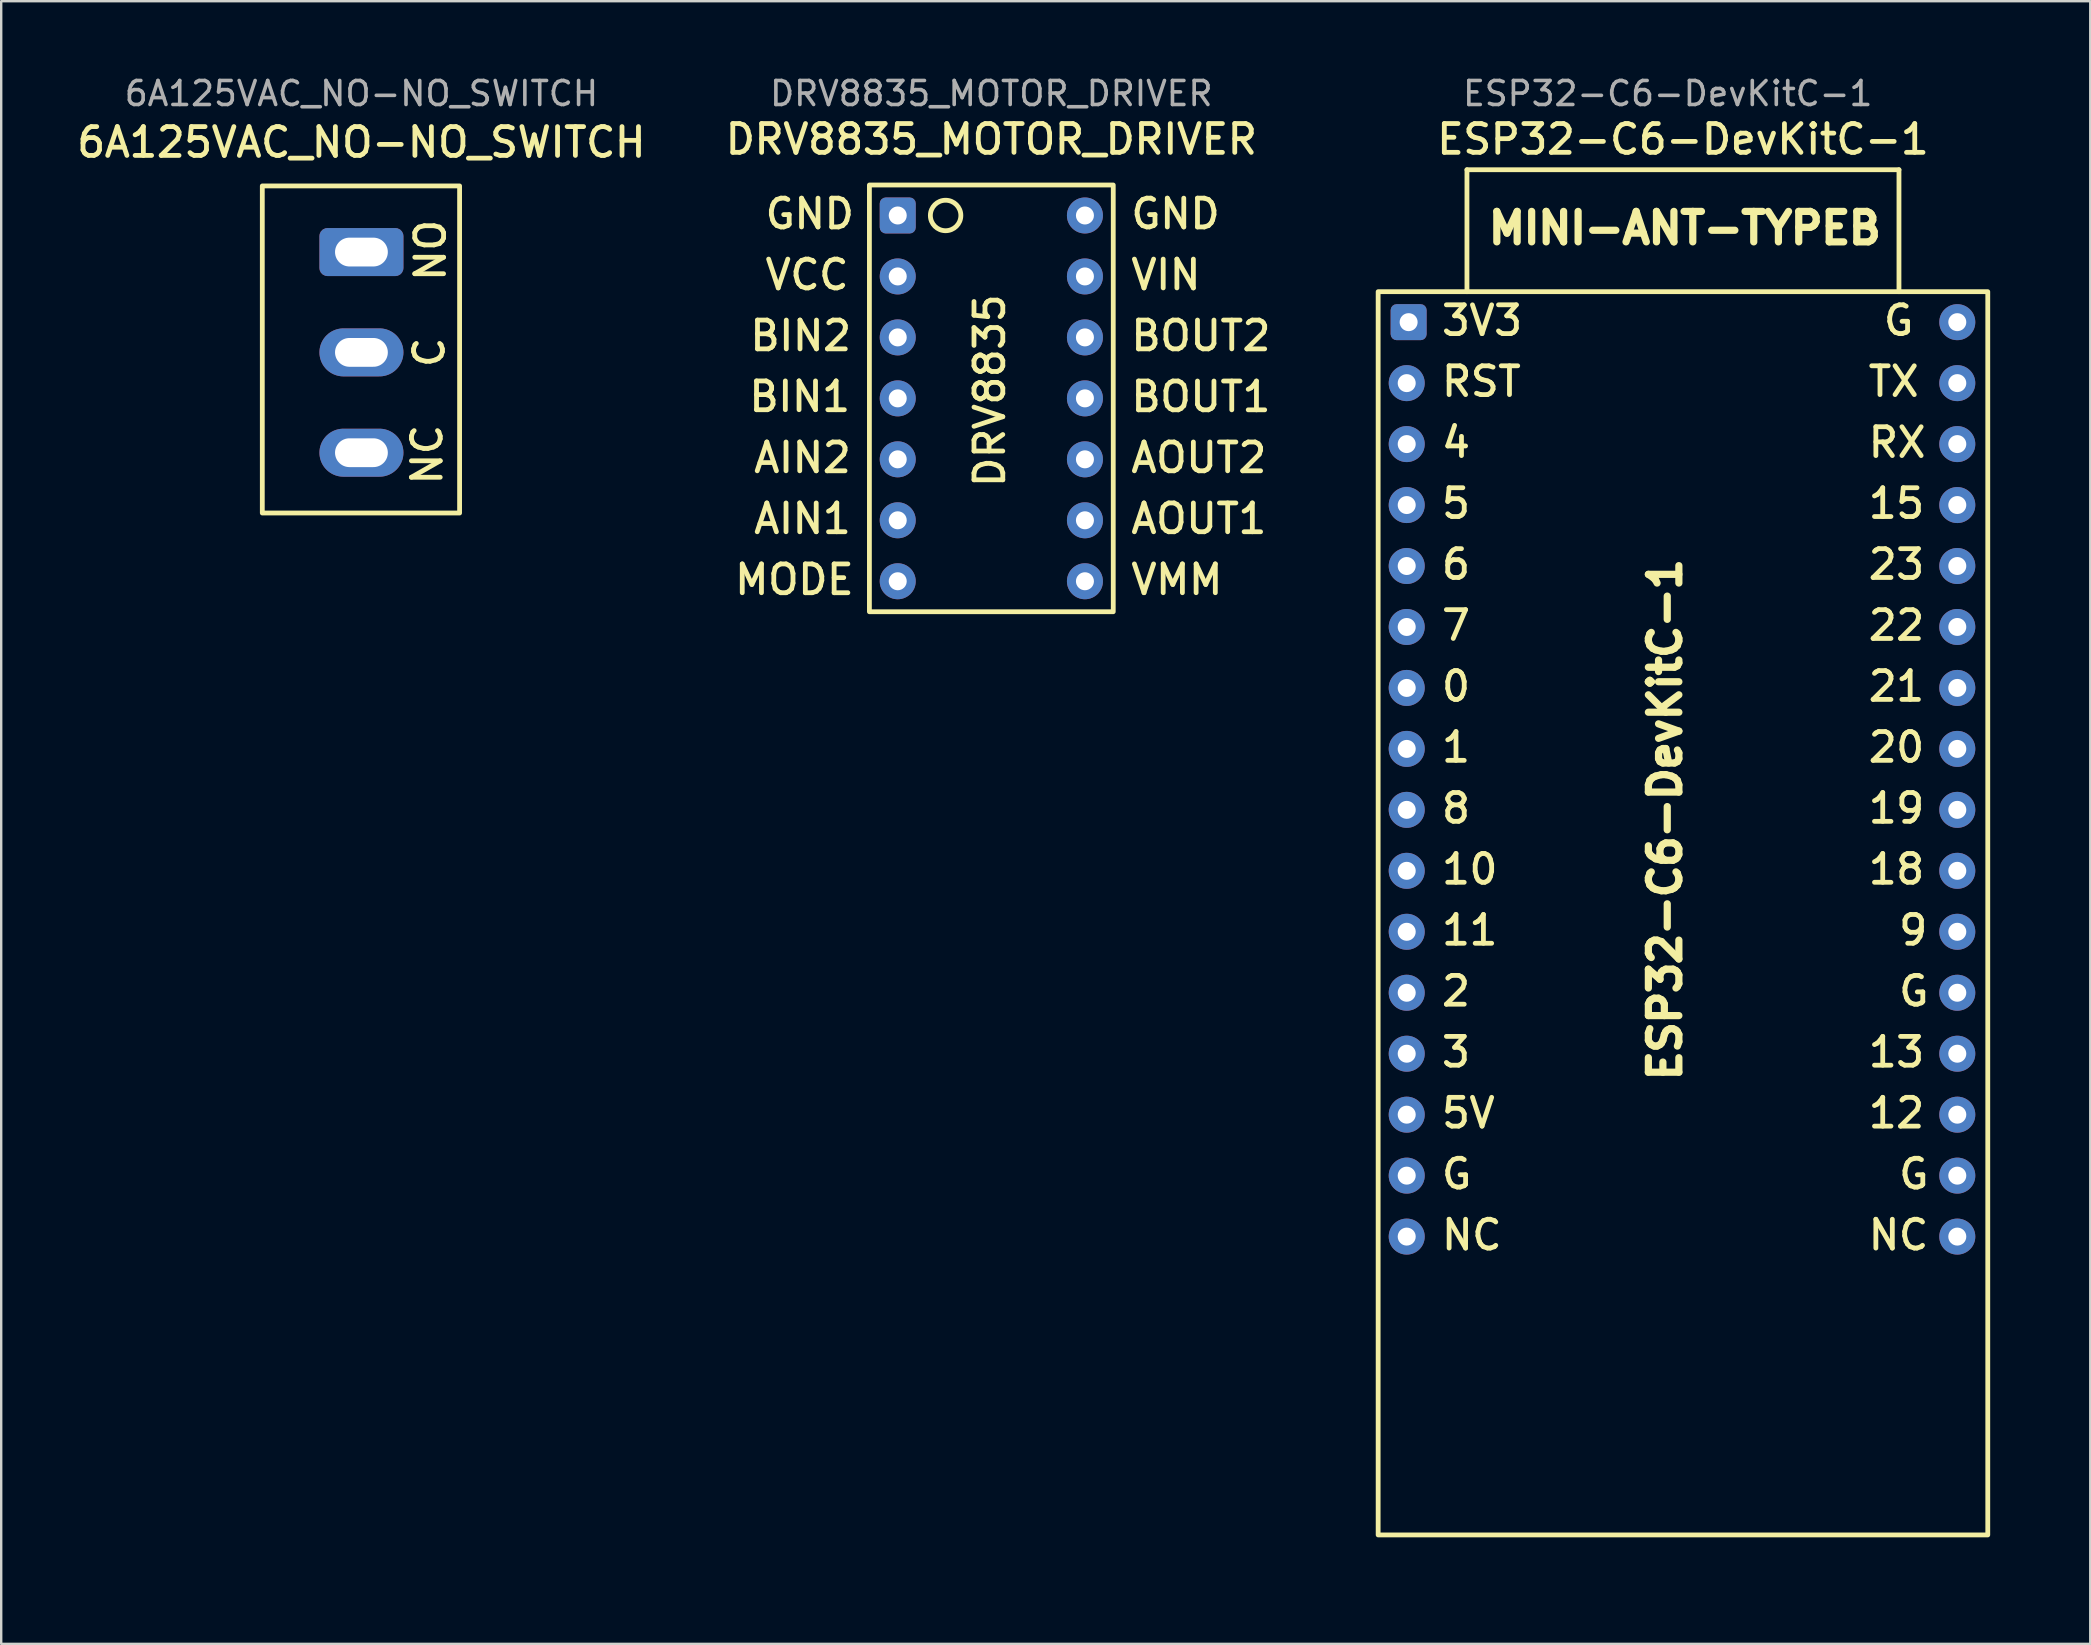
<source format=kicad_pcb>
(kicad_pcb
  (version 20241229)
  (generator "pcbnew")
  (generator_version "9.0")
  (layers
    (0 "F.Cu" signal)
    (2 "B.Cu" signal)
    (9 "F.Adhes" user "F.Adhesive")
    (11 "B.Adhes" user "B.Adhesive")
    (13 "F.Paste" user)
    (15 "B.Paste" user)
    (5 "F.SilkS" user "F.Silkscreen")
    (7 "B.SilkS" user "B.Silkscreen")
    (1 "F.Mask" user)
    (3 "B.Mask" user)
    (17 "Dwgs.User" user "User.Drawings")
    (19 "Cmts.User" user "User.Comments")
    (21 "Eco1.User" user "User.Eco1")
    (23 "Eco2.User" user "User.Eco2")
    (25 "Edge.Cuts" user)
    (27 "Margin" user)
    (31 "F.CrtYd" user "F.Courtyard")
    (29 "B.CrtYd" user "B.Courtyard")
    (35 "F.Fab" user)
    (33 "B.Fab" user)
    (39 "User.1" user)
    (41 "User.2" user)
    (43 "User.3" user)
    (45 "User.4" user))
  (footprint "6A125VAC_NO-NO_SWITCH"
    (layer "F.Cu")
    (at 12.009 7.452)
    (property "Reference" "6A125VAC_NO-NO_SWITCH" (at 0 -4.572 0) (unlocked yes) (layer "F.SilkS") (effects (font (size 1.2 1.2) (thickness 0.2) (bold yes))))
    (attr through_hole)
    (fp_rect (start -4.13 -2.755) (end 4.09 10.873) (stroke (width 0.2) (type default)) (fill no) (layer "F.SilkS"))
    (fp_text user "NO" (at 3.58 1.32 90) (unlocked yes) (layer "F.SilkS") (effects (font (size 1.2 1.2) (thickness 0.2) (bold yes)) (justify left bottom)))
    (fp_text user "NC" (at 3.44 9.8 90) (unlocked yes) (layer "F.SilkS") (effects (font (size 1.2 1.2) (thickness 0.2) (bold yes)) (justify left bottom)))
    (fp_text user "C" (at 3.53 4.91 90) (unlocked yes) (layer "F.SilkS") (effects (font (size 1.2 1.2) (thickness 0.2) (bold yes)) (justify left bottom)))
    (fp_text user "${REFERENCE}" (at 0 -6.604 0) (unlocked yes) (layer "F.Fab") (effects (font (size 1 1) (thickness 0.15))))
    (pad "1" thru_hole roundrect (at 0 0) (size 3.5 2) (drill oval 2.2 1.2) (layers "*.Cu" "*.Mask") (roundrect_rratio 0.167))
    (pad "2" thru_hole oval (at 0 4.18) (size 3.5 2) (drill oval 2.2 1.2) (layers "*.Cu" "*.Mask"))
    (pad "3" thru_hole oval (at 0 8.36) (size 3.5 2) (drill oval 2.2 1.2) (layers "*.Cu" "*.Mask"))
    (zone (net_name "") (layers "*.CrtYd") (hatch edge 0.5) (connect_pads) (min_thickness 0.25) (filled_areas_thickness no) (keepout (tracks allowed) (vias allowed) (pads allowed) (copperpour allowed) (footprints not_allowed)) (placement (enabled no)) (fill) (polygon (pts (xy 7.024 4.082) (xy 16.854 4.082) (xy 16.854 19.077) (xy 7.024 19.077)))))
  (footprint "DRV8835_MOTOR_DRIVER"
    (layer "F.Cu")
    (at 38.254 5.928)
    (property "Reference" "DRV8835_MOTOR_DRIVER" (at 0 -3.175 0) (unlocked yes) (layer "F.SilkS") (effects (font (size 1.2 1.2) (thickness 0.2) (bold yes))))
    (attr through_hole)
    (fp_rect (start -5.08 -1.27) (end 5.08 16.51) (stroke (width 0.2) (type default)) (fill no) (layer "F.SilkS"))
    (fp_circle (center -1.905 0) (end -1.27 0) (stroke (width 0.2) (type default)) (fill no) (layer "F.SilkS"))
    (fp_text user "VIN" (at 5.715 3.175 0) (unlocked yes) (layer "F.SilkS") (effects (font (size 1.2 1.2) (thickness 0.2) (bold yes)) (justify left bottom)))
    (fp_text user "AIN2" (at -10 10.795 0) (unlocked yes) (layer "F.SilkS") (effects (font (size 1.2 1.2) (thickness 0.2) (bold yes)) (justify left bottom)))
    (fp_text user "BIN1" (at -10.2 8.25 0) (unlocked yes) (layer "F.SilkS") (effects (font (size 1.2 1.2) (thickness 0.2) (bold yes)) (justify left bottom)))
    (fp_text user "VMM" (at 5.715 15.875 0) (unlocked yes) (layer "F.SilkS") (effects (font (size 1.2 1.2) (thickness 0.2) (bold yes)) (justify left bottom)))
    (fp_text user "BOUT2" (at 5.715 5.715 0) (unlocked yes) (layer "F.SilkS") (effects (font (size 1.2 1.2) (thickness 0.2) (bold yes)) (justify left bottom)))
    (fp_text user "BIN2" (at -10.16 5.715 0) (unlocked yes) (layer "F.SilkS") (effects (font (size 1.2 1.2) (thickness 0.2) (bold yes)) (justify left bottom)))
    (fp_text user "DRV8835" (at 0.635 11.43 90) (unlocked yes) (layer "F.SilkS") (effects (font (size 1.2 1.2) (thickness 0.2) (bold yes)) (justify left bottom)))
    (fp_text user "AOUT2" (at 5.715 10.795 0) (unlocked yes) (layer "F.SilkS") (effects (font (size 1.2 1.2) (thickness 0.2) (bold yes)) (justify left bottom)))
    (fp_text user "VCC" (at -9.525 3.175 0) (unlocked yes) (layer "F.SilkS") (effects (font (size 1.2 1.2) (thickness 0.2) (bold yes)) (justify left bottom)))
    (fp_text user "GND" (at 5.715 0.635 0) (unlocked yes) (layer "F.SilkS") (effects (font (size 1.2 1.2) (thickness 0.2) (bold yes)) (justify left bottom)))
    (fp_text user "BOUT1" (at 5.715 8.255 0) (unlocked yes) (layer "F.SilkS") (effects (font (size 1.2 1.2) (thickness 0.2) (bold yes)) (justify left bottom)))
    (fp_text user "MODE" (at -10.795 15.875 0) (unlocked yes) (layer "F.SilkS") (effects (font (size 1.2 1.2) (thickness 0.2) (bold yes)) (justify left bottom)))
    (fp_text user "AIN1" (at -10 13.335 0) (unlocked yes) (layer "F.SilkS") (effects (font (size 1.2 1.2) (thickness 0.2) (bold yes)) (justify left bottom)))
    (fp_text user "GND" (at -9.525 0.635 0) (unlocked yes) (layer "F.SilkS") (effects (font (size 1.2 1.2) (thickness 0.2) (bold yes)) (justify left bottom)))
    (fp_text user "AOUT1" (at 5.715 13.335 0) (unlocked yes) (layer "F.SilkS") (effects (font (size 1.2 1.2) (thickness 0.2) (bold yes)) (justify left bottom)))
    (fp_text user "${REFERENCE}" (at 0 -5.08 0) (unlocked yes) (layer "F.Fab") (effects (font (size 1 1) (thickness 0.15))))
    (pad "1" thru_hole roundrect (at -3.9 0) (size 1.5 1.5) (drill 0.75) (layers "*.Cu" "*.Mask") (roundrect_rratio 0.167))
    (pad "2" thru_hole circle (at -3.9 2.54) (size 1.5 1.5) (drill 0.75) (layers "*.Cu" "*.Mask"))
    (pad "3" thru_hole circle (at -3.9 5.08) (size 1.5 1.5) (drill 0.75) (layers "*.Cu" "*.Mask"))
    (pad "4" thru_hole circle (at -3.9 7.62) (size 1.5 1.5) (drill 0.75) (layers "*.Cu" "*.Mask"))
    (pad "5" thru_hole circle (at -3.9 10.16) (size 1.5 1.5) (drill 0.75) (layers "*.Cu" "*.Mask"))
    (pad "6" thru_hole circle (at -3.9 12.7) (size 1.5 1.5) (drill 0.75) (layers "*.Cu" "*.Mask"))
    (pad "7" thru_hole circle (at -3.9 15.24) (size 1.5 1.5) (drill 0.75) (layers "*.Cu" "*.Mask"))
    (pad "8" thru_hole circle (at 3.9 0) (size 1.5 1.5) (drill 0.75) (layers "*.Cu" "*.Mask"))
    (pad "9" thru_hole circle (at 3.9 2.54) (size 1.5 1.5) (drill 0.75) (layers "*.Cu" "*.Mask"))
    (pad "10" thru_hole circle (at 3.9 5.08) (size 1.5 1.5) (drill 0.75) (layers "*.Cu" "*.Mask"))
    (pad "11" thru_hole circle (at 3.9 7.62) (size 1.5 1.5) (drill 0.75) (layers "*.Cu" "*.Mask"))
    (pad "12" thru_hole circle (at 3.9 10.16) (size 1.5 1.5) (drill 0.75) (layers "*.Cu" "*.Mask"))
    (pad "13" thru_hole circle (at 3.9 12.7) (size 1.5 1.5) (drill 0.75) (layers "*.Cu" "*.Mask"))
    (pad "14" thru_hole circle (at 3.9 15.24) (size 1.5 1.5) (drill 0.75) (layers "*.Cu" "*.Mask"))
    (zone (net_name "") (layers "*.CrtYd") (hatch edge 0.5) (connect_pads) (min_thickness 0.25) (filled_areas_thickness no) (keepout (tracks allowed) (vias allowed) (pads allowed) (copperpour allowed) (footprints not_allowed)) (placement (enabled no)) (fill) (polygon (pts (xy 32.539 4.023) (xy 43.969 4.023) (xy 43.969 23.073) (xy 32.539 23.073)))))
  (footprint "ESP32-C6-DevKitC-1"
    (layer "F.Cu")
    (at 67.071 10.373)
    (property "Reference" "ESP32-C6-DevKitC-1" (at 0 -7.62 0) (unlocked yes) (layer "F.SilkS") (effects (font (size 1.2 1.2) (thickness 0.2))))
    (attr through_hole)
    (fp_line (start -9 -6.35) (end 9 -6.35) (stroke (width 0.2) (type default)) (layer "F.SilkS"))
    (fp_line (start -9 -1.27) (end -9 -6.35) (stroke (width 0.2) (type default)) (layer "F.SilkS"))
    (fp_line (start 9 -6.35) (end 9 -1.27) (stroke (width 0.2) (type default)) (layer "F.SilkS"))
    (fp_rect (start -12.7 -1.27) (end 12.7 50.53) (stroke (width 0.2) (type default)) (fill no) (layer "F.SilkS"))
    (fp_text user "23" (at 7.62 10.795 0) (unlocked yes) (layer "F.SilkS") (effects (font (size 1.2 1.2) (thickness 0.2) (bold yes)) (justify left bottom)))
    (fp_text user "NC" (at -10.16 38.735 0) (unlocked yes) (layer "F.SilkS") (effects (font (size 1.2 1.2) (thickness 0.2) (bold yes)) (justify left bottom)))
    (fp_text user "NC" (at 7.62 38.735 0) (unlocked yes) (layer "F.SilkS") (effects (font (size 1.2 1.2) (thickness 0.2) (bold yes)) (justify left bottom)))
    (fp_text user "5" (at -10.16 8.255 0) (unlocked yes) (layer "F.SilkS") (effects (font (size 1.2 1.2) (thickness 0.2) (bold yes)) (justify left bottom)))
    (fp_text user "18" (at 7.62 23.495 0) (unlocked yes) (layer "F.SilkS") (effects (font (size 1.2 1.2) (thickness 0.2) (bold yes)) (justify left bottom)))
    (fp_text user "3" (at -10.16 31.115 0) (unlocked yes) (layer "F.SilkS") (effects (font (size 1.2 1.2) (thickness 0.2) (bold yes)) (justify left bottom)))
    (fp_text user "0" (at -10.16 15.875 0) (unlocked yes) (layer "F.SilkS") (effects (font (size 1.2 1.2) (thickness 0.2) (bold yes)) (justify left bottom)))
    (fp_text user "MINI-ANT-TYPEB" (at -8.255 -3.175 0) (unlocked yes) (layer "F.SilkS") (effects (font (size 1.27 1.27) (thickness 0.3) (bold yes)) (justify left bottom)))
    (fp_text user "9" (at 8.89 26.035 0) (unlocked yes) (layer "F.SilkS") (effects (font (size 1.2 1.2) (thickness 0.2) (bold yes)) (justify left bottom)))
    (fp_text user "20" (at 7.62 18.415 0) (unlocked yes) (layer "F.SilkS") (effects (font (size 1.2 1.2) (thickness 0.2) (bold yes)) (justify left bottom)))
    (fp_text user "11" (at -10.16 26.035 0) (unlocked yes) (layer "F.SilkS") (effects (font (size 1.2 1.2) (thickness 0.2) (bold yes)) (justify left bottom)))
    (fp_text user "TX" (at 7.62 3.175 0) (unlocked yes) (layer "F.SilkS") (effects (font (size 1.2 1.2) (thickness 0.2) (bold yes)) (justify left bottom)))
    (fp_text user "5V" (at -10.16 33.655 0) (unlocked yes) (layer "F.SilkS") (effects (font (size 1.2 1.2) (thickness 0.2) (bold yes)) (justify left bottom)))
    (fp_text user "G" (at -10.16 36.195 0) (unlocked yes) (layer "F.SilkS") (effects (font (size 1.2 1.2) (thickness 0.2) (bold yes)) (justify left bottom)))
    (fp_text user "13" (at 7.62 31.115 0) (unlocked yes) (layer "F.SilkS") (effects (font (size 1.2 1.2) (thickness 0.2) (bold yes)) (justify left bottom)))
    (fp_text user "15" (at 7.62 8.255 0) (unlocked yes) (layer "F.SilkS") (effects (font (size 1.2 1.2) (thickness 0.2) (bold yes)) (justify left bottom)))
    (fp_text user "1" (at -10.16 18.415 0) (unlocked yes) (layer "F.SilkS") (effects (font (size 1.2 1.2) (thickness 0.2) (bold yes)) (justify left bottom)))
    (fp_text user "G" (at 8.89 36.195 0) (unlocked yes) (layer "F.SilkS") (effects (font (size 1.2 1.2) (thickness 0.2) (bold yes)) (justify left bottom)))
    (fp_text user "8" (at -10.16 20.955 0) (unlocked yes) (layer "F.SilkS") (effects (font (size 1.2 1.2) (thickness 0.2) (bold yes)) (justify left bottom)))
    (fp_text user "G" (at 8.255 0.635 0) (unlocked yes) (layer "F.SilkS") (effects (font (size 1.2 1.2) (thickness 0.2) (bold yes)) (justify left bottom)))
    (fp_text user "4" (at -10.16 5.715 0) (unlocked yes) (layer "F.SilkS") (effects (font (size 1.2 1.2) (thickness 0.2) (bold yes)) (justify left bottom)))
    (fp_text user "2" (at -10.16 28.575 0) (unlocked yes) (layer "F.SilkS") (effects (font (size 1.2 1.2) (thickness 0.2) (bold yes)) (justify left bottom)))
    (fp_text user "ESP32-C6-DevKitC-1" (at 0 31.75 90) (unlocked yes) (layer "F.SilkS") (effects (font (size 1.27 1.27) (thickness 0.3) (bold yes)) (justify left bottom)))
    (fp_text user "RST" (at -10.16 3.175 0) (unlocked yes) (layer "F.SilkS") (effects (font (size 1.2 1.2) (thickness 0.2) (bold yes)) (justify left bottom)))
    (fp_text user "19" (at 7.62 20.955 0) (unlocked yes) (layer "F.SilkS") (effects (font (size 1.2 1.2) (thickness 0.2) (bold yes)) (justify left bottom)))
    (fp_text user "12" (at 7.62 33.655 0) (unlocked yes) (layer "F.SilkS") (effects (font (size 1.2 1.2) (thickness 0.2) (bold yes)) (justify left bottom)))
    (fp_text user "RX" (at 7.62 5.715 0) (unlocked yes) (layer "F.SilkS") (effects (font (size 1.2 1.2) (thickness 0.2) (bold yes)) (justify left bottom)))
    (fp_text user "10" (at -10.16 23.495 0) (unlocked yes) (layer "F.SilkS") (effects (font (size 1.2 1.2) (thickness 0.2) (bold yes)) (justify left bottom)))
    (fp_text user "6" (at -10.16 10.795 0) (unlocked yes) (layer "F.SilkS") (effects (font (size 1.2 1.2) (thickness 0.2) (bold yes)) (justify left bottom)))
    (fp_text user "G" (at 8.89 28.575 0) (unlocked yes) (layer "F.SilkS") (effects (font (size 1.2 1.2) (thickness 0.2) (bold yes)) (justify left bottom)))
    (fp_text user "21" (at 7.62 15.875 0) (unlocked yes) (layer "F.SilkS") (effects (font (size 1.2 1.2) (thickness 0.2) (bold yes)) (justify left bottom)))
    (fp_text user "22" (at 7.62 13.335 0) (unlocked yes) (layer "F.SilkS") (effects (font (size 1.2 1.2) (thickness 0.2) (bold yes)) (justify left bottom)))
    (fp_text user "7" (at -10.16 13.335 0) (unlocked yes) (layer "F.SilkS") (effects (font (size 1.2 1.2) (thickness 0.2) (bold yes)) (justify left bottom)))
    (fp_text user "3V3" (at -10.16 0.635 0) (unlocked yes) (layer "F.SilkS") (effects (font (size 1.2 1.2) (thickness 0.2) (bold yes)) (justify left bottom)))
    (fp_text user "${REFERENCE}" (at -0.635 -9.525 0) (unlocked yes) (layer "F.Fab") (effects (font (size 1 1) (thickness 0.15))))
    (pad "1" thru_hole roundrect (at -11.43 0) (size 1.5 1.5) (drill 0.75) (layers "*.Cu" "*.Mask") (roundrect_rratio 0.167))
    (pad "2" thru_hole circle (at -11.51 2.54) (size 1.5 1.5) (drill 0.75) (layers "*.Cu" "*.Mask"))
    (pad "3" thru_hole circle (at -11.51 5.08) (size 1.5 1.5) (drill 0.75) (layers "*.Cu" "*.Mask"))
    (pad "4" thru_hole circle (at -11.51 7.62) (size 1.5 1.5) (drill 0.75) (layers "*.Cu" "*.Mask"))
    (pad "5" thru_hole circle (at -11.51 10.16) (size 1.5 1.5) (drill 0.75) (layers "*.Cu" "*.Mask"))
    (pad "6" thru_hole circle (at -11.51 12.7) (size 1.5 1.5) (drill 0.75) (layers "*.Cu" "*.Mask"))
    (pad "7" thru_hole circle (at -11.51 15.24) (size 1.5 1.5) (drill 0.75) (layers "*.Cu" "*.Mask"))
    (pad "8" thru_hole circle (at -11.51 17.78) (size 1.5 1.5) (drill 0.75) (layers "*.Cu" "*.Mask"))
    (pad "9" thru_hole circle (at -11.51 20.32) (size 1.5 1.5) (drill 0.75) (layers "*.Cu" "*.Mask"))
    (pad "10" thru_hole circle (at -11.51 22.86) (size 1.5 1.5) (drill 0.75) (layers "*.Cu" "*.Mask"))
    (pad "11" thru_hole circle (at -11.51 25.4) (size 1.5 1.5) (drill 0.75) (layers "*.Cu" "*.Mask"))
    (pad "12" thru_hole circle (at -11.51 27.94) (size 1.5 1.5) (drill 0.75) (layers "*.Cu" "*.Mask"))
    (pad "13" thru_hole circle (at -11.51 30.48) (size 1.5 1.5) (drill 0.75) (layers "*.Cu" "*.Mask"))
    (pad "14" thru_hole circle (at -11.51 33.02) (size 1.5 1.5) (drill 0.75) (layers "*.Cu" "*.Mask"))
    (pad "15" thru_hole circle (at -11.51 35.56) (size 1.5 1.5) (drill 0.75) (layers "*.Cu" "*.Mask"))
    (pad "16" thru_hole circle (at -11.51 38.1) (size 1.5 1.5) (drill 0.75) (layers "*.Cu" "*.Mask"))
    (pad "17" thru_hole circle (at 11.43 0) (size 1.5 1.5) (drill 0.75) (layers "*.Cu" "*.Mask"))
    (pad "18" thru_hole circle (at 11.43 2.54) (size 1.5 1.5) (drill 0.75) (layers "*.Cu" "*.Mask"))
    (pad "19" thru_hole circle (at 11.43 5.08) (size 1.5 1.5) (drill 0.75) (layers "*.Cu" "*.Mask"))
    (pad "20" thru_hole circle (at 11.43 7.62) (size 1.5 1.5) (drill 0.75) (layers "*.Cu" "*.Mask"))
    (pad "21" thru_hole circle (at 11.43 10.16) (size 1.5 1.5) (drill 0.75) (layers "*.Cu" "*.Mask"))
    (pad "22" thru_hole circle (at 11.43 12.7) (size 1.5 1.5) (drill 0.75) (layers "*.Cu" "*.Mask"))
    (pad "23" thru_hole circle (at 11.43 15.24) (size 1.5 1.5) (drill 0.75) (layers "*.Cu" "*.Mask"))
    (pad "24" thru_hole circle (at 11.43 17.78) (size 1.5 1.5) (drill 0.75) (layers "*.Cu" "*.Mask"))
    (pad "25" thru_hole circle (at 11.43 20.32) (size 1.5 1.5) (drill 0.75) (layers "*.Cu" "*.Mask"))
    (pad "26" thru_hole circle (at 11.43 22.86) (size 1.5 1.5) (drill 0.75) (layers "*.Cu" "*.Mask"))
    (pad "27" thru_hole circle (at 11.43 25.4) (size 1.5 1.5) (drill 0.75) (layers "*.Cu" "*.Mask"))
    (pad "28" thru_hole circle (at 11.43 27.94) (size 1.5 1.5) (drill 0.75) (layers "*.Cu" "*.Mask"))
    (pad "29" thru_hole circle (at 11.43 30.48) (size 1.5 1.5) (drill 0.75) (layers "*.Cu" "*.Mask"))
    (pad "30" thru_hole circle (at 11.43 33.02) (size 1.5 1.5) (drill 0.75) (layers "*.Cu" "*.Mask"))
    (pad "31" thru_hole circle (at 11.43 35.56) (size 1.5 1.5) (drill 0.75) (layers "*.Cu" "*.Mask"))
    (pad "32" thru_hole circle (at 11.43 38.1) (size 1.5 1.5) (drill 0.75) (layers "*.Cu" "*.Mask"))
    (zone (net_name "") (layers "*.CrtYd") (hatch edge 0.5) (connect_pads) (min_thickness 0.25) (filled_areas_thickness no) (keepout (tracks allowed) (vias allowed) (pads allowed) (copperpour allowed) (footprints not_allowed)) (placement (enabled no)) (fill) (polygon (pts (xy 53.101 3.388) (xy 81.041 3.388) (xy 81.041 62.443) (xy 53.101 62.443)))))
  (gr_rect
    (start -3 -3)
    (end 84.041 65.443)
    (stroke (width 0.1) (type default))
    (fill no)
    (layer "Edge.Cuts")))
</source>
